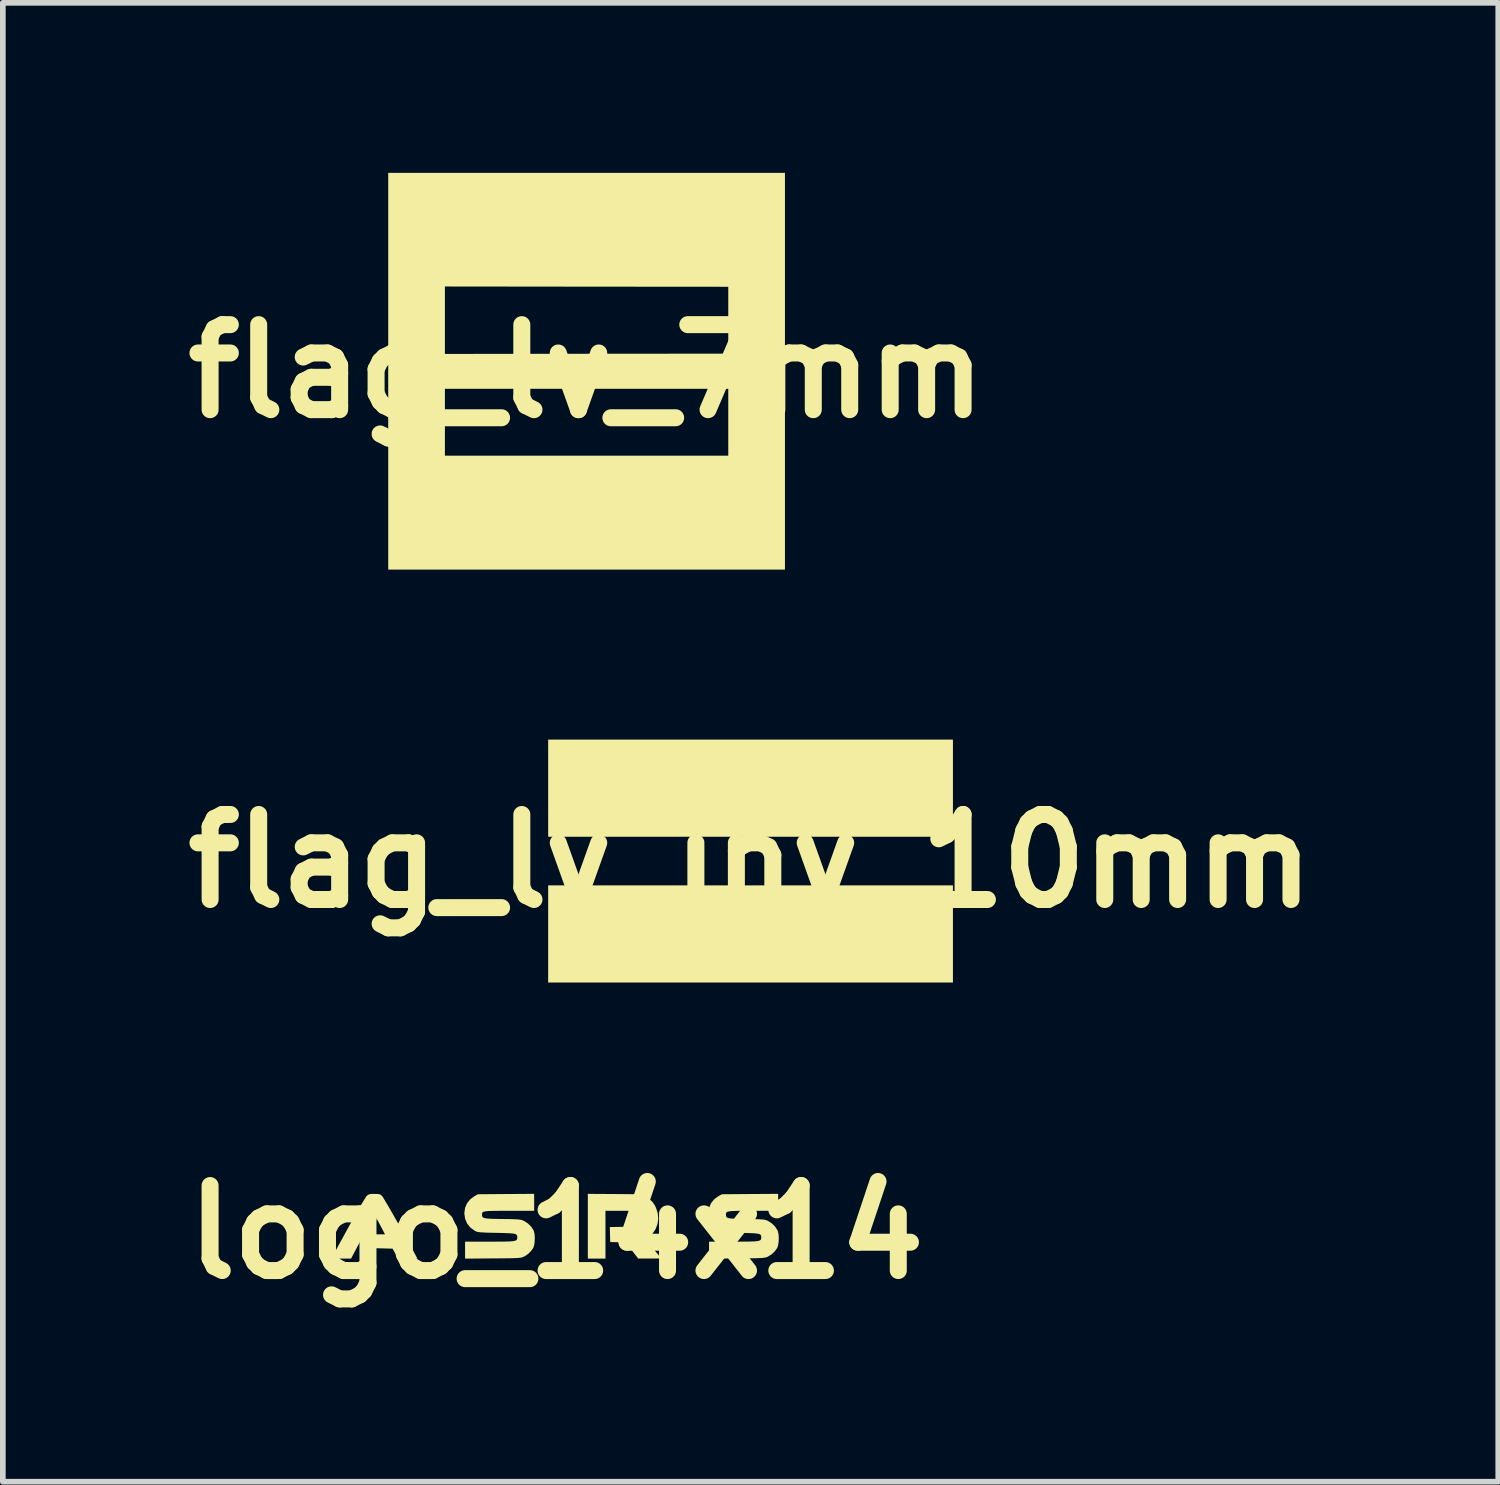
<source format=kicad_pcb>
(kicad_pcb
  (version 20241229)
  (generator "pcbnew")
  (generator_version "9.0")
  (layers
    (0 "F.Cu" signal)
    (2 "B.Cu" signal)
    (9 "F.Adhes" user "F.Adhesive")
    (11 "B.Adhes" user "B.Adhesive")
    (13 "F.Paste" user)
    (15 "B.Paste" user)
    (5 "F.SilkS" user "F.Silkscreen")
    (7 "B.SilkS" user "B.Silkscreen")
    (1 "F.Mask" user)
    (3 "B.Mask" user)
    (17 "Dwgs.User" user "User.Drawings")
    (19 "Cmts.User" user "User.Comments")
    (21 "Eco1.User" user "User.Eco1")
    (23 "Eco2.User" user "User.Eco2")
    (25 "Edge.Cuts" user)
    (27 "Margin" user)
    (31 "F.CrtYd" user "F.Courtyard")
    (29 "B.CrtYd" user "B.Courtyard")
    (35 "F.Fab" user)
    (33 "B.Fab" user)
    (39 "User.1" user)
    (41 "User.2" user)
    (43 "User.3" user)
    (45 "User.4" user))
  (footprint "flag_lv_inv_10mm"
    (layer "F.Cu")
    (at 10.193 12.143)
    (property "Reference" "flag_lv_inv_10mm" (at 0 0 0) (layer "F.SilkS") (effects (font (size 1.5 1.5) (thickness 0.3))))
    (attr board_only exclude_from_pos_files exclude_from_bom)
    (fp_poly (pts (xy 3.571 -1.286) (xy 3.571 -0.429) (xy 0 -0.429) (xy -3.571 -0.429) (xy -3.571 -1.286) (xy -3.571 -2.143) (xy 0 -2.143) (xy 3.571 -2.143)) (stroke (width 0) (type solid)) (fill yes) (layer "F.SilkS"))
    (fp_poly (pts (xy 3.571 1.286) (xy 3.571 2.143) (xy 0 2.143) (xy -3.571 2.143) (xy -3.571 1.286) (xy -3.571 0.429) (xy 0 0.429) (xy 3.571 0.429)) (stroke (width 0) (type solid)) (fill yes) (layer "F.SilkS")))
  (footprint "flag_lv_7mm"
    (layer "F.Cu")
    (at 7.3 3.5)
    (property "Reference" "flag_lv_7mm" (at 0 0 0) (layer "F.SilkS") (effects (font (size 1.5 1.5) (thickness 0.3))))
    (attr board_only exclude_from_pos_files exclude_from_bom)
    (fp_poly (pts (xy 3.5 0) (xy 3.5 3.5) (xy 0 3.5) (xy -3.5 3.5) (xy -3.5 0.9) (xy -2.5 0.9) (xy -2.5 1.49) (xy 0 1.49) (xy 2.5 1.49) (xy 2.5 0.9) (xy 2.5 0.31) (xy 0 0.31) (xy -2.5 0.31) (xy -2.5 0.9) (xy -3.5 0.9) (xy -3.5 0) (xy -3.5 -0.9) (xy -2.5 -0.9) (xy -2.5 -0.305) (xy -0.000001 -0.308) (xy 2.5 -0.31) (xy 2.5 -0.9) (xy 2.5 -1.49) (xy -0.000001 -1.492) (xy -2.5 -1.495) (xy -2.5 -0.9) (xy -3.5 -0.9) (xy -3.5 -3.5) (xy 0 -3.5) (xy 3.5 -3.5)) (stroke (width 0) (type solid)) (fill yes) (layer "F.SilkS")))
  (footprint "logo_14x14"
    (layer "F.Cu")
    (at 6.764 18.69)
    (property "Reference" "logo_14x14" (at 0 0 0) (layer "F.SilkS") (effects (font (size 1.5 1.5) (thickness 0.3))))
    (attr board_only exclude_from_pos_files exclude_from_bom)
    (fp_poly (pts (xy 1.021 -0.672) (xy 1.485 -0.668) (xy 1.572 -0.625) (xy 1.644 -0.583) (xy 1.698 -0.534) (xy 1.741 -0.47) (xy 1.76 -0.431) (xy 1.791 -0.335) (xy 1.8 -0.237) (xy 1.787 -0.141) (xy 1.753 -0.052) (xy 1.7 0.027) (xy 1.638 0.084) (xy 1.607 0.108) (xy 1.587 0.126) (xy 1.583 0.132) (xy 1.59 0.145) (xy 1.612 0.173) (xy 1.645 0.214) (xy 1.686 0.262) (xy 1.702 0.281) (xy 1.746 0.334) (xy 1.786 0.381) (xy 1.818 0.418) (xy 1.837 0.441) (xy 1.839 0.444) (xy 1.845 0.453) (xy 1.843 0.459) (xy 1.83 0.463) (xy 1.803 0.465) (xy 1.759 0.466) (xy 1.694 0.466) (xy 1.651 0.466) (xy 1.446 0.466) (xy 1.336 0.324) (xy 1.226 0.182) (xy 1.089 0.179) (xy 0.953 0.175) (xy 0.949 0.043) (xy 0.946 -0.089) (xy 1.17 -0.093) (xy 1.26 -0.095) (xy 1.327 -0.098) (xy 1.377 -0.104) (xy 1.412 -0.113) (xy 1.436 -0.127) (xy 1.454 -0.146) (xy 1.469 -0.172) (xy 1.473 -0.18) (xy 1.485 -0.233) (xy 1.475 -0.288) (xy 1.445 -0.336) (xy 1.431 -0.349) (xy 1.418 -0.358) (xy 1.402 -0.365) (xy 1.381 -0.37) (xy 1.349 -0.373) (xy 1.304 -0.375) (xy 1.241 -0.376) (xy 1.157 -0.376) (xy 1.133 -0.376) (xy 0.869 -0.376) (xy 0.869 0.045) (xy 0.869 0.467) (xy 0.713 0.467) (xy 0.558 0.467) (xy 0.558 -0.104) (xy 0.558 -0.675)) (stroke (width 0) (type solid)) (fill yes) (layer "F.SilkS"))
    (fp_poly (pts (xy -3.158 -0.673) (xy -3.124 -0.669) (xy -3.1 -0.66) (xy -3.078 -0.642) (xy -3.074 -0.639) (xy -3.062 -0.622) (xy -3.039 -0.585) (xy -3.006 -0.53) (xy -2.965 -0.461) (xy -2.918 -0.38) (xy -2.866 -0.289) (xy -2.811 -0.191) (xy -2.753 -0.089) (xy -2.695 0.015) (xy -2.638 0.118) (xy -2.583 0.217) (xy -2.533 0.31) (xy -2.488 0.395) (xy -2.465 0.438) (xy -2.45 0.467) (xy -2.622 0.467) (xy -2.794 0.466) (xy -2.84 0.379) (xy -2.886 0.292) (xy -3.152 0.285) (xy -3.417 0.279) (xy -3.354 0.159) (xy -3.291 0.039) (xy -3.156 0.039) (xy -3.021 0.039) (xy -3.101 -0.113) (xy -3.132 -0.172) (xy -3.16 -0.222) (xy -3.182 -0.261) (xy -3.195 -0.282) (xy -3.196 -0.283) (xy -3.203 -0.284) (xy -3.213 -0.275) (xy -3.229 -0.254) (xy -3.251 -0.22) (xy -3.28 -0.169) (xy -3.317 -0.101) (xy -3.364 -0.014) (xy -3.416 0.083) (xy -3.62 0.467) (xy -3.794 0.467) (xy -3.858 0.466) (xy -3.91 0.464) (xy -3.947 0.461) (xy -3.963 0.458) (xy -3.964 0.457) (xy -3.956 0.444) (xy -3.938 0.411) (xy -3.91 0.359) (xy -3.872 0.292) (xy -3.828 0.211) (xy -3.777 0.118) (xy -3.722 0.017) (xy -3.67 -0.078) (xy -3.61 -0.186) (xy -3.552 -0.289) (xy -3.499 -0.383) (xy -3.451 -0.466) (xy -3.41 -0.536) (xy -3.377 -0.589) (xy -3.354 -0.625) (xy -3.344 -0.639) (xy -3.321 -0.657) (xy -3.299 -0.668) (xy -3.268 -0.673) (xy -3.22 -0.674) (xy -3.209 -0.674)) (stroke (width 0) (type solid)) (fill yes) (layer "F.SilkS"))
    (fp_poly (pts (xy -0.389 -0.526) (xy -0.389 -0.376) (xy -0.829 -0.376) (xy -0.953 -0.376) (xy -1.054 -0.375) (xy -1.133 -0.374) (xy -1.195 -0.372) (xy -1.24 -0.368) (xy -1.271 -0.362) (xy -1.291 -0.355) (xy -1.303 -0.344) (xy -1.308 -0.331) (xy -1.309 -0.314) (xy -1.31 -0.306) (xy -1.308 -0.285) (xy -1.302 -0.269) (xy -1.289 -0.257) (xy -1.266 -0.248) (xy -1.23 -0.241) (xy -1.179 -0.237) (xy -1.108 -0.234) (xy -1.017 -0.232) (xy -0.946 -0.231) (xy -0.847 -0.23) (xy -0.77 -0.228) (xy -0.711 -0.226) (xy -0.667 -0.223) (xy -0.635 -0.219) (xy -0.61 -0.214) (xy -0.59 -0.207) (xy -0.57 -0.198) (xy -0.568 -0.197) (xy -0.497 -0.151) (xy -0.438 -0.092) (xy -0.397 -0.026) (xy -0.394 -0.017) (xy -0.382 0.033) (xy -0.378 0.096) (xy -0.38 0.164) (xy -0.388 0.227) (xy -0.403 0.274) (xy -0.405 0.279) (xy -0.448 0.339) (xy -0.507 0.394) (xy -0.57 0.433) (xy -0.587 0.44) (xy -0.604 0.446) (xy -0.625 0.45) (xy -0.652 0.454) (xy -0.689 0.457) (xy -0.738 0.459) (xy -0.802 0.461) (xy -0.883 0.462) (xy -0.984 0.463) (xy -1.109 0.464) (xy -1.118 0.464) (xy -1.608 0.468) (xy -1.608 0.318) (xy -1.608 0.169) (xy -1.176 0.169) (xy -1.051 0.168) (xy -0.949 0.168) (xy -0.868 0.166) (xy -0.806 0.164) (xy -0.76 0.159) (xy -0.728 0.153) (xy -0.707 0.144) (xy -0.694 0.132) (xy -0.689 0.117) (xy -0.687 0.099) (xy -0.687 0.092) (xy -0.688 0.071) (xy -0.693 0.054) (xy -0.705 0.042) (xy -0.726 0.032) (xy -0.76 0.026) (xy -0.809 0.021) (xy -0.875 0.018) (xy -0.963 0.015) (xy -1.055 0.013) (xy -1.157 0.011) (xy -1.235 0.009) (xy -1.295 0.006) (xy -1.34 0.003) (xy -1.372 -0.001) (xy -1.397 -0.006) (xy -1.416 -0.013) (xy -1.434 -0.022) (xy -1.512 -0.077) (xy -1.57 -0.148) (xy -1.607 -0.233) (xy -1.621 -0.329) (xy -1.621 -0.338) (xy -1.608 -0.428) (xy -1.573 -0.51) (xy -1.516 -0.58) (xy -1.448 -0.631) (xy -1.381 -0.668) (xy -0.885 -0.672) (xy -0.389 -0.675)) (stroke (width 0) (type solid)) (fill yes) (layer "F.SilkS"))
    (fp_poly (pts (xy 3.916 -0.526) (xy 3.916 -0.376) (xy 3.476 -0.376) (xy 3.352 -0.376) (xy 3.251 -0.375) (xy 3.171 -0.374) (xy 3.11 -0.372) (xy 3.065 -0.368) (xy 3.034 -0.362) (xy 3.013 -0.355) (xy 3.002 -0.344) (xy 2.997 -0.331) (xy 2.995 -0.314) (xy 2.995 -0.306) (xy 2.996 -0.285) (xy 3.002 -0.269) (xy 3.015 -0.257) (xy 3.038 -0.248) (xy 3.074 -0.241) (xy 3.126 -0.237) (xy 3.196 -0.234) (xy 3.288 -0.232) (xy 3.358 -0.231) (xy 3.458 -0.23) (xy 3.535 -0.228) (xy 3.594 -0.226) (xy 3.637 -0.223) (xy 3.67 -0.219) (xy 3.694 -0.214) (xy 3.715 -0.207) (xy 3.735 -0.198) (xy 3.737 -0.197) (xy 3.808 -0.151) (xy 3.867 -0.092) (xy 3.907 -0.026) (xy 3.911 -0.017) (xy 3.922 0.033) (xy 3.927 0.096) (xy 3.925 0.164) (xy 3.916 0.227) (xy 3.902 0.274) (xy 3.9 0.279) (xy 3.857 0.339) (xy 3.798 0.394) (xy 3.734 0.433) (xy 3.718 0.44) (xy 3.701 0.446) (xy 3.68 0.45) (xy 3.652 0.454) (xy 3.615 0.457) (xy 3.567 0.459) (xy 3.503 0.461) (xy 3.422 0.462) (xy 3.32 0.463) (xy 3.196 0.464) (xy 3.186 0.464) (xy 2.697 0.468) (xy 2.697 0.318) (xy 2.697 0.169) (xy 3.128 0.169) (xy 3.254 0.168) (xy 3.356 0.168) (xy 3.437 0.166) (xy 3.499 0.164) (xy 3.545 0.159) (xy 3.577 0.153) (xy 3.598 0.144) (xy 3.61 0.132) (xy 3.616 0.117) (xy 3.617 0.099) (xy 3.617 0.092) (xy 3.616 0.071) (xy 3.611 0.054) (xy 3.6 0.042) (xy 3.578 0.032) (xy 3.545 0.026) (xy 3.496 0.021) (xy 3.429 0.018) (xy 3.342 0.015) (xy 3.249 0.013) (xy 3.148 0.011) (xy 3.069 0.009) (xy 3.009 0.006) (xy 2.965 0.003) (xy 2.932 -0.001) (xy 2.908 -0.006) (xy 2.889 -0.013) (xy 2.871 -0.022) (xy 2.792 -0.077) (xy 2.734 -0.148) (xy 2.698 -0.233) (xy 2.684 -0.329) (xy 2.684 -0.338) (xy 2.696 -0.428) (xy 2.732 -0.51) (xy 2.788 -0.58) (xy 2.857 -0.631) (xy 2.924 -0.668) (xy 3.42 -0.672) (xy 3.916 -0.675)) (stroke (width 0) (type solid)) (fill yes) (layer "F.SilkS")))
  (gr_rect
    (start -3 -3)
    (end 23.386 23.094)
    (stroke (width 0.1) (type default))
    (fill no)
    (layer "Edge.Cuts")))
</source>
